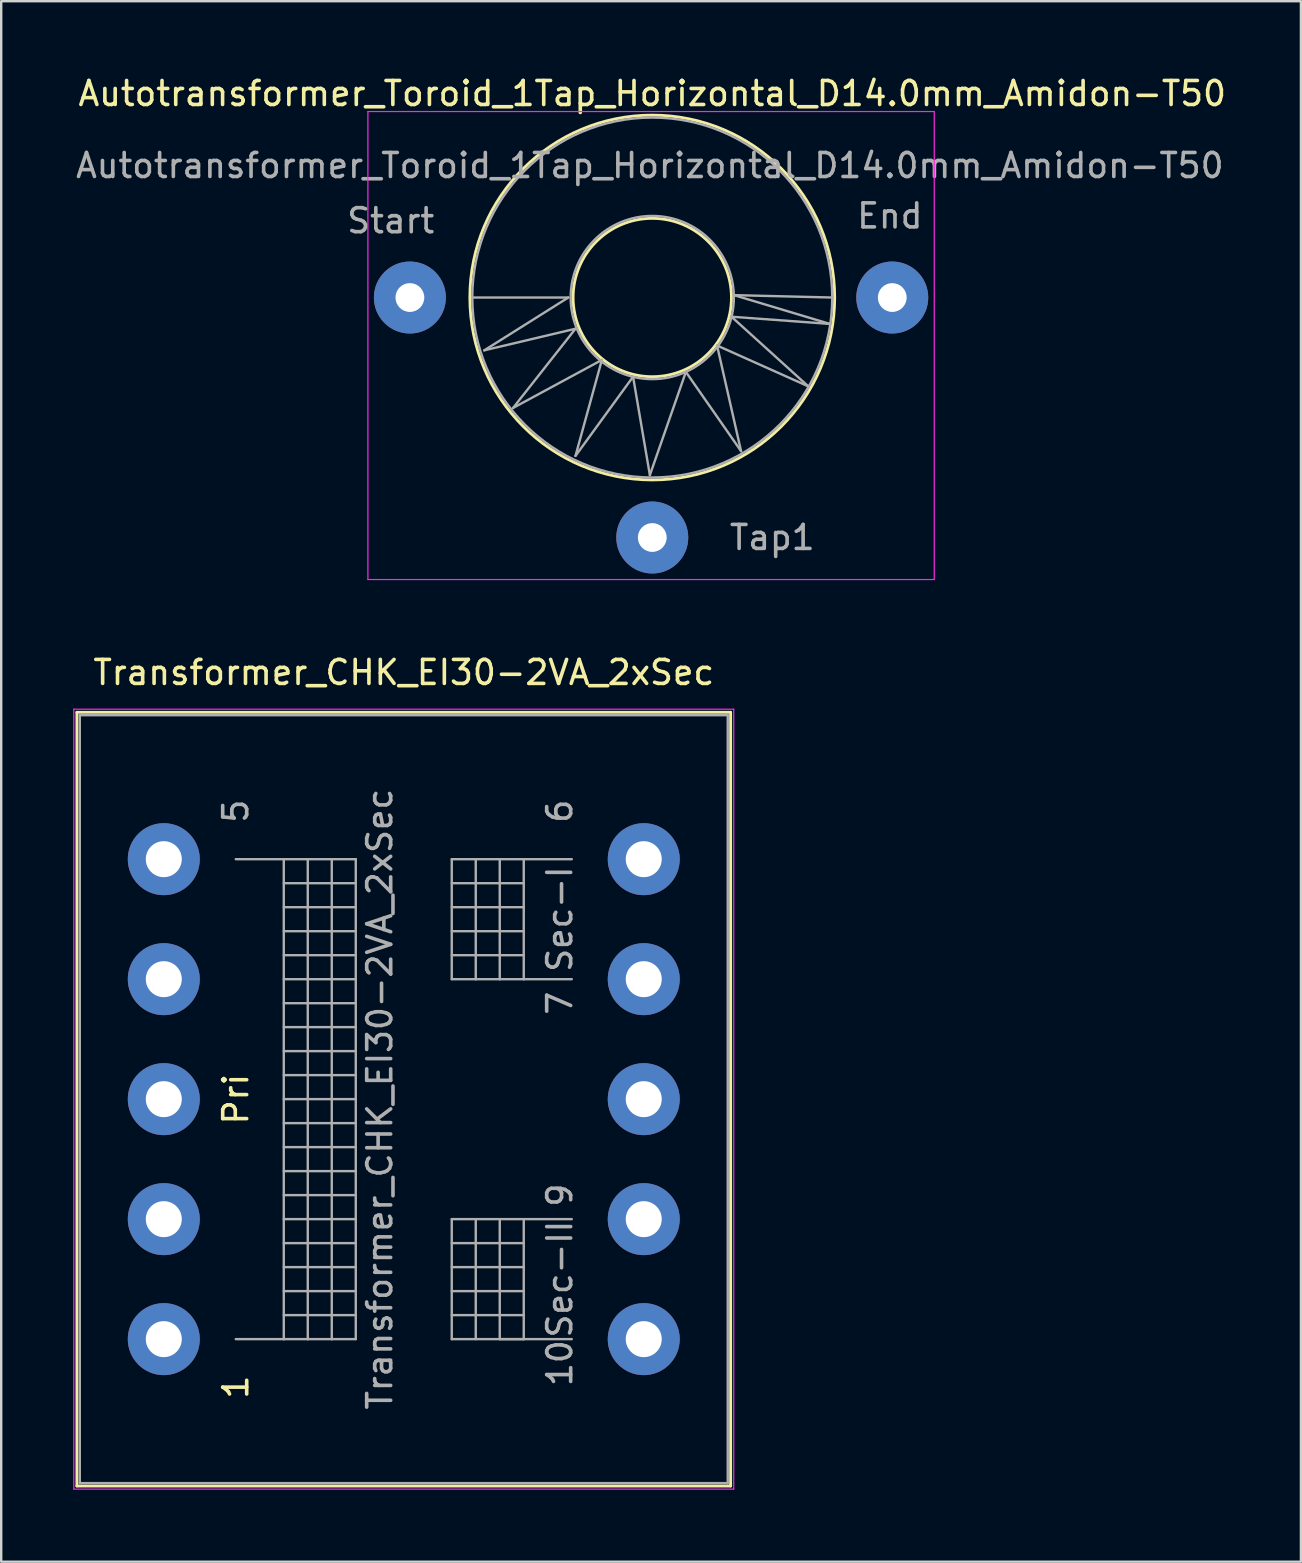
<source format=kicad_pcb>
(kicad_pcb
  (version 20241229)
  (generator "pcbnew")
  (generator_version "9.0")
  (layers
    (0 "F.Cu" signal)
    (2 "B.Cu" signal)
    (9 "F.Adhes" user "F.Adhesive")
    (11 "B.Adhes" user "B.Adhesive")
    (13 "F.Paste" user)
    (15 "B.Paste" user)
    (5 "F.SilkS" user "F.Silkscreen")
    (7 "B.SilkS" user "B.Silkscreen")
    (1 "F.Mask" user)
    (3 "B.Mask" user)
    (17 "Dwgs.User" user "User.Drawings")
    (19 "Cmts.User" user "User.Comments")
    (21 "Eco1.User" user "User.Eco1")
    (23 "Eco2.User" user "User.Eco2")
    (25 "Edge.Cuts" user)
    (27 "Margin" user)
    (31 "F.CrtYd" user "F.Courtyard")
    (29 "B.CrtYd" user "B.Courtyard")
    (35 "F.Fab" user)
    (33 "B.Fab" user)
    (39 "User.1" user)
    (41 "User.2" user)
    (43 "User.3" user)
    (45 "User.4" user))
  (footprint "Transformer_CHK_EI30-2VA_2xSec"
    (layer "F.Cu")
    (at 3.775 52.752)
    (property "Reference" "Transformer_CHK_EI30-2VA_2xSec" (at 10 -27.78 0) (layer "F.SilkS") (effects (font (size 1 1) (thickness 0.15))))
    (attr through_hole)
    (fp_line (start -3.62 -26.12) (end -3.62 6.12) (stroke (width 0.12) (type solid)) (layer "F.SilkS"))
    (fp_line (start -3.62 -26.12) (end 23.62 -26.12) (stroke (width 0.12) (type solid)) (layer "F.SilkS"))
    (fp_line (start 23.62 6.12) (end -3.62 6.12) (stroke (width 0.12) (type solid)) (layer "F.SilkS"))
    (fp_line (start 23.62 6.12) (end 23.62 -26.12) (stroke (width 0.12) (type solid)) (layer "F.SilkS"))
    (fp_line (start -3.75 -26.25) (end -3.75 6.25) (stroke (width 0.05) (type solid)) (layer "F.CrtYd"))
    (fp_line (start -3.75 -26.25) (end 23.75 -26.25) (stroke (width 0.05) (type solid)) (layer "F.CrtYd"))
    (fp_line (start 23.75 6.25) (end -3.75 6.25) (stroke (width 0.05) (type solid)) (layer "F.CrtYd"))
    (fp_line (start 23.75 6.25) (end 23.75 -26.25) (stroke (width 0.05) (type solid)) (layer "F.CrtYd"))
    (fp_line (start -3.5 -26) (end -3.5 6) (stroke (width 0.1) (type solid)) (layer "F.Fab"))
    (fp_line (start -3.5 6) (end 23.5 6) (stroke (width 0.1) (type solid)) (layer "F.Fab"))
    (fp_line (start 3 -20) (end 5 -20) (stroke (width 0.1) (type solid)) (layer "F.Fab"))
    (fp_line (start 5 -20) (end 5 0) (stroke (width 0.1) (type solid)) (layer "F.Fab"))
    (fp_line (start 5 -20) (end 6 -20) (stroke (width 0.1) (type solid)) (layer "F.Fab"))
    (fp_line (start 5 -19) (end 8 -19) (stroke (width 0.1) (type solid)) (layer "F.Fab"))
    (fp_line (start 5 -17) (end 8 -17) (stroke (width 0.1) (type solid)) (layer "F.Fab"))
    (fp_line (start 5 -15) (end 8 -15) (stroke (width 0.1) (type solid)) (layer "F.Fab"))
    (fp_line (start 5 -13) (end 8 -13) (stroke (width 0.1) (type solid)) (layer "F.Fab"))
    (fp_line (start 5 -11) (end 8 -11) (stroke (width 0.1) (type solid)) (layer "F.Fab"))
    (fp_line (start 5 -9) (end 8 -9) (stroke (width 0.1) (type solid)) (layer "F.Fab"))
    (fp_line (start 5 -7) (end 8 -7) (stroke (width 0.1) (type solid)) (layer "F.Fab"))
    (fp_line (start 5 -5) (end 8 -5) (stroke (width 0.1) (type solid)) (layer "F.Fab"))
    (fp_line (start 5 -3) (end 8 -3) (stroke (width 0.1) (type solid)) (layer "F.Fab"))
    (fp_line (start 5 -1) (end 8 -1) (stroke (width 0.1) (type solid)) (layer "F.Fab"))
    (fp_line (start 5 0) (end 3 0) (stroke (width 0.1) (type solid)) (layer "F.Fab"))
    (fp_line (start 6 -20) (end 6 0) (stroke (width 0.1) (type solid)) (layer "F.Fab"))
    (fp_line (start 6 -20) (end 7 -20) (stroke (width 0.1) (type solid)) (layer "F.Fab"))
    (fp_line (start 6 0) (end 5 0) (stroke (width 0.1) (type solid)) (layer "F.Fab"))
    (fp_line (start 7 -20) (end 7 0) (stroke (width 0.1) (type solid)) (layer "F.Fab"))
    (fp_line (start 7 -20) (end 8 -20) (stroke (width 0.1) (type solid)) (layer "F.Fab"))
    (fp_line (start 7 0) (end 6 0) (stroke (width 0.1) (type solid)) (layer "F.Fab"))
    (fp_line (start 8 -20) (end 8 0) (stroke (width 0.1) (type solid)) (layer "F.Fab"))
    (fp_line (start 8 -18) (end 5 -18) (stroke (width 0.1) (type solid)) (layer "F.Fab"))
    (fp_line (start 8 -16) (end 5 -16) (stroke (width 0.1) (type solid)) (layer "F.Fab"))
    (fp_line (start 8 -14) (end 5 -14) (stroke (width 0.1) (type solid)) (layer "F.Fab"))
    (fp_line (start 8 -12) (end 5 -12) (stroke (width 0.1) (type solid)) (layer "F.Fab"))
    (fp_line (start 8 -10) (end 5 -10) (stroke (width 0.1) (type solid)) (layer "F.Fab"))
    (fp_line (start 8 -8) (end 5 -8) (stroke (width 0.1) (type solid)) (layer "F.Fab"))
    (fp_line (start 8 -6) (end 5 -6) (stroke (width 0.1) (type solid)) (layer "F.Fab"))
    (fp_line (start 8 -4) (end 5 -4) (stroke (width 0.1) (type solid)) (layer "F.Fab"))
    (fp_line (start 8 -2) (end 5 -2) (stroke (width 0.1) (type solid)) (layer "F.Fab"))
    (fp_line (start 8 0) (end 7 0) (stroke (width 0.1) (type solid)) (layer "F.Fab"))
    (fp_line (start 12 -20) (end 12 -15) (stroke (width 0.1) (type solid)) (layer "F.Fab"))
    (fp_line (start 12 -19) (end 15 -19) (stroke (width 0.1) (type solid)) (layer "F.Fab"))
    (fp_line (start 12 -17) (end 15 -17) (stroke (width 0.1) (type solid)) (layer "F.Fab"))
    (fp_line (start 12 -15) (end 13 -15) (stroke (width 0.1) (type solid)) (layer "F.Fab"))
    (fp_line (start 12 -5) (end 12 0) (stroke (width 0.1) (type solid)) (layer "F.Fab"))
    (fp_line (start 12 -4) (end 15 -4) (stroke (width 0.1) (type solid)) (layer "F.Fab"))
    (fp_line (start 12 -2) (end 15 -2) (stroke (width 0.1) (type solid)) (layer "F.Fab"))
    (fp_line (start 12 0) (end 17 0) (stroke (width 0.1) (type solid)) (layer "F.Fab"))
    (fp_line (start 13 -20) (end 12 -20) (stroke (width 0.1) (type solid)) (layer "F.Fab"))
    (fp_line (start 13 -20) (end 13 -15) (stroke (width 0.1) (type solid)) (layer "F.Fab"))
    (fp_line (start 13 -15) (end 14 -15) (stroke (width 0.1) (type solid)) (layer "F.Fab"))
    (fp_line (start 13 -5) (end 13 0) (stroke (width 0.1) (type solid)) (layer "F.Fab"))
    (fp_line (start 14 -20) (end 13 -20) (stroke (width 0.1) (type solid)) (layer "F.Fab"))
    (fp_line (start 14 -20) (end 14 -15) (stroke (width 0.1) (type solid)) (layer "F.Fab"))
    (fp_line (start 14 -15) (end 15 -15) (stroke (width 0.1) (type solid)) (layer "F.Fab"))
    (fp_line (start 14 0) (end 14 -5) (stroke (width 0.1) (type solid)) (layer "F.Fab"))
    (fp_line (start 15 -20) (end 14 -20) (stroke (width 0.1) (type solid)) (layer "F.Fab"))
    (fp_line (start 15 -20) (end 15 -15) (stroke (width 0.1) (type solid)) (layer "F.Fab"))
    (fp_line (start 15 -18) (end 12 -18) (stroke (width 0.1) (type solid)) (layer "F.Fab"))
    (fp_line (start 15 -16) (end 12 -16) (stroke (width 0.1) (type solid)) (layer "F.Fab"))
    (fp_line (start 15 -15) (end 17 -15) (stroke (width 0.1) (type solid)) (layer "F.Fab"))
    (fp_line (start 15 -5) (end 15 0) (stroke (width 0.1) (type solid)) (layer "F.Fab"))
    (fp_line (start 15 -3) (end 12 -3) (stroke (width 0.1) (type solid)) (layer "F.Fab"))
    (fp_line (start 15 -1) (end 12 -1) (stroke (width 0.1) (type solid)) (layer "F.Fab"))
    (fp_line (start 15 0) (end 14 0) (stroke (width 0.1) (type solid)) (layer "F.Fab"))
    (fp_line (start 17 -20) (end 15 -20) (stroke (width 0.1) (type solid)) (layer "F.Fab"))
    (fp_line (start 17 -5) (end 12 -5) (stroke (width 0.1) (type solid)) (layer "F.Fab"))
    (fp_line (start 23.5 -26) (end -3.5 -26) (stroke (width 0.1) (type solid)) (layer "F.Fab"))
    (fp_line (start 23.5 6) (end 23.5 -26) (stroke (width 0.1) (type solid)) (layer "F.Fab"))
    (fp_text user "Pri" (at 3 -10 90) (layer "F.SilkS") (effects (font (size 1 1) (thickness 0.15))))
    (fp_text user "1" (at 3 2 90) (layer "F.SilkS") (effects (font (size 1 1) (thickness 0.15))))
    (fp_text user "5" (at 3 -22 90) (layer "F.Fab") (effects (font (size 1 1) (thickness 0.15))))
    (fp_text user "6" (at 16.5 -22 90) (layer "F.Fab") (effects (font (size 1 1) (thickness 0.15))))
    (fp_text user "${REFERENCE}" (at 9 -10 90) (layer "F.Fab") (effects (font (size 1 1) (thickness 0.15))))
    (fp_text user "7" (at 16.5 -14 90) (layer "F.Fab") (effects (font (size 1 1) (thickness 0.15))))
    (fp_text user "9" (at 16.5 -6 90) (layer "F.Fab") (effects (font (size 1 1) (thickness 0.15))))
    (fp_text user "Sec-I" (at 16.5 -17.5 90) (layer "F.Fab") (effects (font (size 1 1) (thickness 0.15))))
    (fp_text user "10" (at 16.5 1 90) (layer "F.Fab") (effects (font (size 1 1) (thickness 0.15))))
    (fp_text user "Sec-II" (at 16.5 -2.5 90) (layer "F.Fab") (effects (font (size 1 1) (thickness 0.15))))
    (pad "1" thru_hole circle (at 0 0) (size 3 3) (drill 1.5) (layers "*.Cu" "*.Mask"))
    (pad "2" thru_hole circle (at 0 -5) (size 3 3) (drill 1.5) (layers "*.Cu" "*.Mask"))
    (pad "3" thru_hole circle (at 0 -10) (size 3 3) (drill 1.5) (layers "*.Cu" "*.Mask"))
    (pad "4" thru_hole circle (at 0 -15) (size 3 3) (drill 1.5) (layers "*.Cu" "*.Mask"))
    (pad "5" thru_hole circle (at 0 -20) (size 3 3) (drill 1.5) (layers "*.Cu" "*.Mask"))
    (pad "6" thru_hole circle (at 20 -20) (size 3 3) (drill 1.5) (layers "*.Cu" "*.Mask"))
    (pad "7" thru_hole circle (at 20 -15) (size 3 3) (drill 1.5) (layers "*.Cu" "*.Mask"))
    (pad "8" thru_hole circle (at 20 -10) (size 3 3) (drill 1.5) (layers "*.Cu" "*.Mask"))
    (pad "9" thru_hole circle (at 20 -5) (size 3 3) (drill 1.5) (layers "*.Cu" "*.Mask"))
    (pad "10" thru_hole circle (at 20 0) (size 3 3) (drill 1.5) (layers "*.Cu" "*.Mask")))
  (footprint "Autotransformer_Toroid_1Tap_Horizontal_D14.0mm_Amidon-T50"
    (layer "F.Cu")
    (at 14.03 9.348)
    (property "Reference" "Autotransformer_Toroid_1Tap_Horizontal_D14.0mm_Amidon-T50" (at 10.1 -8.5 0) (layer "F.SilkS") (effects (font (size 1 1) (thickness 0.15))))
    (attr through_hole)
    (fp_circle (center 10.1 0) (end 13.4 0) (stroke (width 0.12) (type solid)) (fill no) (layer "F.SilkS"))
    (fp_circle (center 10.1 0) (end 17.7 0) (stroke (width 0.12) (type solid)) (fill no) (layer "F.SilkS"))
    (fp_line (start -1.75 -7.75) (end -1.75 11.75) (stroke (width 0.05) (type solid)) (layer "F.CrtYd"))
    (fp_line (start -1.75 -7.75) (end 21.85 -7.75) (stroke (width 0.05) (type solid)) (layer "F.CrtYd"))
    (fp_line (start 21.85 11.75) (end -1.75 11.75) (stroke (width 0.05) (type solid)) (layer "F.CrtYd"))
    (fp_line (start 21.85 11.75) (end 21.85 -7.75) (stroke (width 0.05) (type solid)) (layer "F.CrtYd"))
    (fp_line (start 2.6 0) (end 6.6 0) (stroke (width 0.1) (type solid)) (layer "F.Fab"))
    (fp_line (start 3.1 2.2) (end 6.9 1.3) (stroke (width 0.1) (type solid)) (layer "F.Fab"))
    (fp_line (start 4.3 4.6) (end 8 2.6) (stroke (width 0.1) (type solid)) (layer "F.Fab"))
    (fp_line (start 6.6 0) (end 3.1 2.2) (stroke (width 0.1) (type solid)) (layer "F.Fab"))
    (fp_line (start 6.9 1.3) (end 4.3 4.6) (stroke (width 0.1) (type solid)) (layer "F.Fab"))
    (fp_line (start 6.9 6.6) (end 9.3 3.3) (stroke (width 0.1) (type solid)) (layer "F.Fab"))
    (fp_line (start 8 2.6) (end 6.9 6.6) (stroke (width 0.1) (type solid)) (layer "F.Fab"))
    (fp_line (start 9.3 3.3) (end 10 7.4) (stroke (width 0.1) (type solid)) (layer "F.Fab"))
    (fp_line (start 10 7.4) (end 11.5 3.1) (stroke (width 0.1) (type solid)) (layer "F.Fab"))
    (fp_line (start 11.5 3.1) (end 13.8 6.4) (stroke (width 0.1) (type solid)) (layer "F.Fab"))
    (fp_line (start 12.8 2) (end 16.6 3.7) (stroke (width 0.1) (type solid)) (layer "F.Fab"))
    (fp_line (start 13.4 0.8) (end 17.5 1.1) (stroke (width 0.1) (type solid)) (layer "F.Fab"))
    (fp_line (start 13.5 -0.1) (end 17.6 0) (stroke (width 0.1) (type solid)) (layer "F.Fab"))
    (fp_line (start 13.8 6.4) (end 12.8 2) (stroke (width 0.1) (type solid)) (layer "F.Fab"))
    (fp_line (start 16.6 3.7) (end 13.4 0.8) (stroke (width 0.1) (type solid)) (layer "F.Fab"))
    (fp_line (start 17.5 1.1) (end 13.5 -0.1) (stroke (width 0.1) (type solid)) (layer "F.Fab"))
    (fp_circle (center 10.1 0) (end 13.5 0) (stroke (width 0.1) (type solid)) (fill no) (layer "F.Fab"))
    (fp_circle (center 10.1 0) (end 17.6 0) (stroke (width 0.1) (type solid)) (fill no) (layer "F.Fab"))
    (fp_text user "Start" (at -0.8 -3.2 0) (layer "F.Fab") (effects (font (size 1 1) (thickness 0.15))))
    (fp_text user "Tap1" (at 15.1 10 0) (layer "F.Fab") (effects (font (size 1 1) (thickness 0.15))))
    (fp_text user "End" (at 20 -3.4 0) (layer "F.Fab") (effects (font (size 1 1) (thickness 0.15))))
    (fp_text user "${REFERENCE}" (at 10 -5.5 0) (layer "F.Fab") (effects (font (size 1 1) (thickness 0.15))))
    (pad "1" thru_hole circle (at 0 0) (size 3 3) (drill 1.2) (layers "*.Cu" "*.Mask"))
    (pad "2" thru_hole circle (at 10.1 10) (size 3 3) (drill 1.2) (layers "*.Cu" "*.Mask"))
    (pad "3" thru_hole circle (at 20.1 0) (size 3 3) (drill 1.2) (layers "*.Cu" "*.Mask")))
  (gr_rect
    (start -3 -3)
    (end 51.16 62.026)
    (stroke (width 0.1) (type default))
    (fill no)
    (layer "Edge.Cuts")))
</source>
